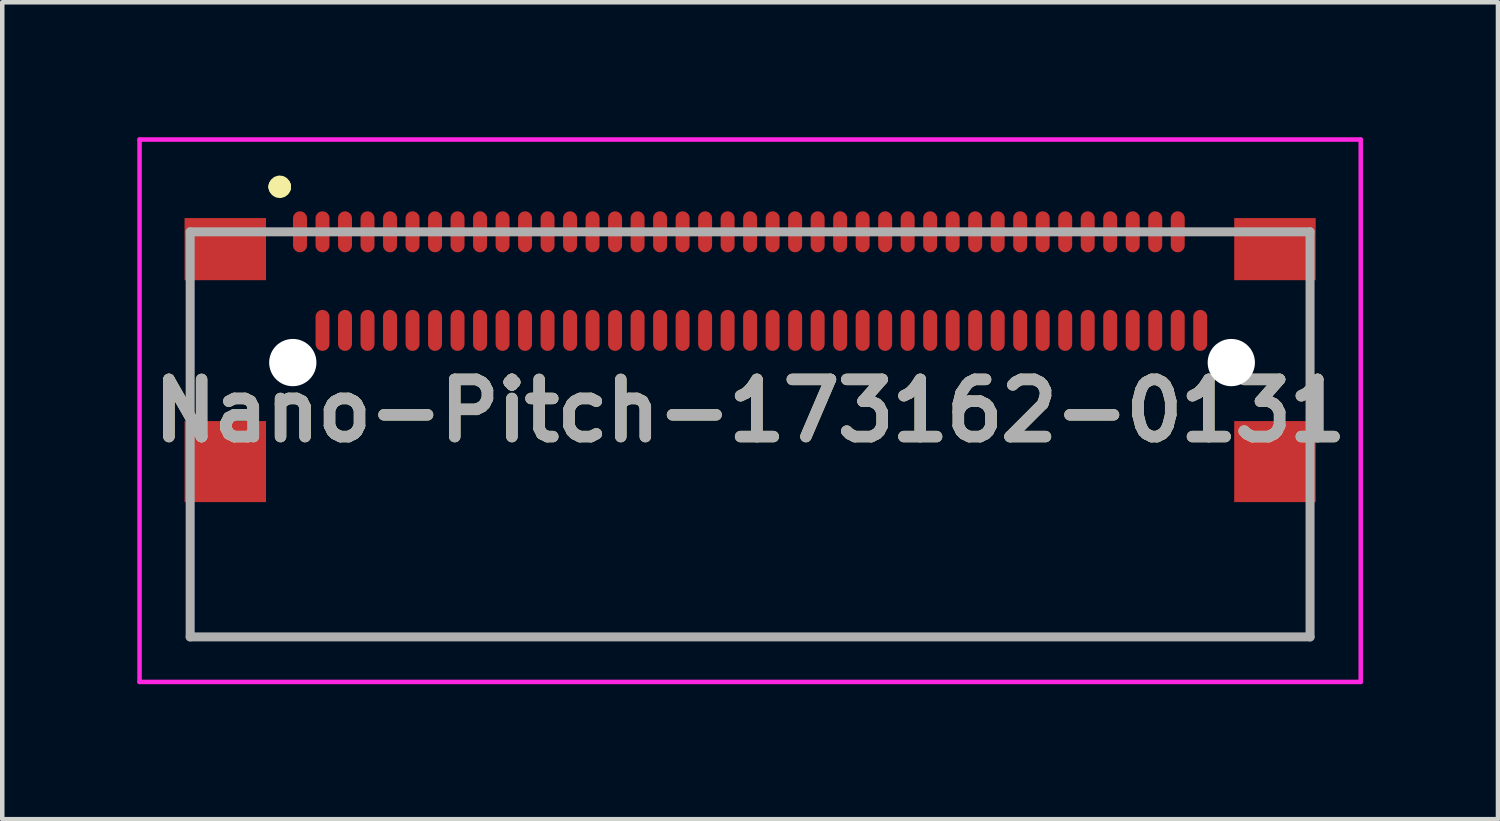
<source format=kicad_pcb>
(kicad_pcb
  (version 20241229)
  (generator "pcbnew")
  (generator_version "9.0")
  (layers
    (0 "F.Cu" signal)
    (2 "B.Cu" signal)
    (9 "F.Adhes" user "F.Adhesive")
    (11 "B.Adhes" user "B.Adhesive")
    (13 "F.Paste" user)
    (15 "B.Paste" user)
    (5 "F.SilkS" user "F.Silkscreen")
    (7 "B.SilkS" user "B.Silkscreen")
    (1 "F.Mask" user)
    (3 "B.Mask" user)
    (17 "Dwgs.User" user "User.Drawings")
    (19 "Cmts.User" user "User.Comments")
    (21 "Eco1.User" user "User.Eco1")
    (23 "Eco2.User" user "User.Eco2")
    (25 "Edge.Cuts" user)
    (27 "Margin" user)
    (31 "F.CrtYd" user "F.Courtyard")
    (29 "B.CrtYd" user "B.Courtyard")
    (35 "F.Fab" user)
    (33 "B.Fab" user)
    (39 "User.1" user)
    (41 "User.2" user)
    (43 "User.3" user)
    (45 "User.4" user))
  (footprint "Nano-Pitch-173162-0131"
    (layer "F.Cu")
    (at 13.615 3.195)
    (property "Reference" "Nano-Pitch-173162-0131" (at 0 2.88 0) (layer "F.SilkS") (effects (font (size 1.27 1.27) (thickness 0.254))))
    (attr through_hole)
    (fp_line (start -12.44 0.405) (end -12.44 2.905) (stroke (width 0.1) (type solid)) (layer "F.SilkS"))
    (fp_line (start -12.44 4.905) (end -12.44 7.905) (stroke (width 0.1) (type solid)) (layer "F.SilkS"))
    (fp_line (start -12.44 7.905) (end 12.44 7.905) (stroke (width 0.1) (type solid)) (layer "F.SilkS"))
    (fp_line (start -10.5 -2.095) (end -10.5 -2.095) (stroke (width 0.4) (type solid)) (layer "F.SilkS"))
    (fp_line (start -10.4 -2.095) (end -10.4 -2.095) (stroke (width 0.4) (type solid)) (layer "F.SilkS"))
    (fp_line (start 10 -1.095) (end 10.5 -1.095) (stroke (width 0.1) (type solid)) (layer "F.SilkS"))
    (fp_line (start 12.44 0.405) (end 12.44 2.905) (stroke (width 0.1) (type solid)) (layer "F.SilkS"))
    (fp_line (start 12.44 7.905) (end 12.44 4.905) (stroke (width 0.1) (type solid)) (layer "F.SilkS"))
    (fp_arc (start -10.5 -2.095) (mid -10.45 -2.145) (end -10.4 -2.095) (stroke (width 0.4) (type solid)) (layer "F.SilkS"))
    (fp_arc (start -10.4 -2.095) (mid -10.45 -2.045) (end -10.5 -2.095) (stroke (width 0.4) (type solid)) (layer "F.SilkS"))
    (fp_line (start -13.565 -3.145) (end 13.565 -3.145) (stroke (width 0.1) (type solid)) (layer "F.CrtYd"))
    (fp_line (start -13.565 8.905) (end -13.565 -3.145) (stroke (width 0.1) (type solid)) (layer "F.CrtYd"))
    (fp_line (start 13.565 -3.145) (end 13.565 8.905) (stroke (width 0.1) (type solid)) (layer "F.CrtYd"))
    (fp_line (start 13.565 8.905) (end -13.565 8.905) (stroke (width 0.1) (type solid)) (layer "F.CrtYd"))
    (fp_line (start -12.44 -1.095) (end 12.44 -1.095) (stroke (width 0.2) (type solid)) (layer "F.Fab"))
    (fp_line (start -12.44 7.905) (end -12.44 -1.095) (stroke (width 0.2) (type solid)) (layer "F.Fab"))
    (fp_line (start 12.44 -1.095) (end 12.44 7.905) (stroke (width 0.2) (type solid)) (layer "F.Fab"))
    (fp_line (start 12.44 7.905) (end -12.44 7.905) (stroke (width 0.2) (type solid)) (layer "F.Fab"))
    (fp_text user "${REFERENCE}" (at 0 2.88 0) (layer "F.Fab") (effects (font (size 1.27 1.27) (thickness 0.254))))
    (pad "" np_thru_hole circle (at -10.16 1.81) (size 1.05 1.05) (drill 1.05) (layers "*.Cu" "*.Mask"))
    (pad "" np_thru_hole circle (at 10.69 1.81) (size 1.05 1.05) (drill 1.05) (layers "*.Cu" "*.Mask"))
    (pad "A1" smd oval (at -9.5 1.095) (size 0.31 0.91) (layers "F.Cu" "F.Mask" "F.Paste"))
    (pad "A2" smd oval (at -9 1.095) (size 0.31 0.91) (layers "F.Cu" "F.Mask" "F.Paste"))
    (pad "A3" smd oval (at -8.5 1.095) (size 0.31 0.91) (layers "F.Cu" "F.Mask" "F.Paste"))
    (pad "A4" smd oval (at -8 1.095) (size 0.31 0.91) (layers "F.Cu" "F.Mask" "F.Paste"))
    (pad "A5" smd oval (at -7.5 1.095) (size 0.31 0.91) (layers "F.Cu" "F.Mask" "F.Paste"))
    (pad "A6" smd oval (at -7 1.095) (size 0.31 0.91) (layers "F.Cu" "F.Mask" "F.Paste"))
    (pad "A7" smd oval (at -6.5 1.095) (size 0.31 0.91) (layers "F.Cu" "F.Mask" "F.Paste"))
    (pad "A8" smd oval (at -6 1.095) (size 0.31 0.91) (layers "F.Cu" "F.Mask" "F.Paste"))
    (pad "A9" smd oval (at -5.5 1.095) (size 0.31 0.91) (layers "F.Cu" "F.Mask" "F.Paste"))
    (pad "A10" smd oval (at -5 1.095) (size 0.31 0.91) (layers "F.Cu" "F.Mask" "F.Paste"))
    (pad "A11" smd oval (at -4.5 1.095) (size 0.31 0.91) (layers "F.Cu" "F.Mask" "F.Paste"))
    (pad "A12" smd oval (at -4 1.095) (size 0.31 0.91) (layers "F.Cu" "F.Mask" "F.Paste"))
    (pad "A13" smd oval (at -3.5 1.095) (size 0.31 0.91) (layers "F.Cu" "F.Mask" "F.Paste"))
    (pad "A14" smd oval (at -3 1.095) (size 0.31 0.91) (layers "F.Cu" "F.Mask" "F.Paste"))
    (pad "A15" smd oval (at -2.5 1.095) (size 0.31 0.91) (layers "F.Cu" "F.Mask" "F.Paste"))
    (pad "A16" smd oval (at -2 1.095) (size 0.31 0.91) (layers "F.Cu" "F.Mask" "F.Paste"))
    (pad "A17" smd oval (at -1.5 1.095) (size 0.31 0.91) (layers "F.Cu" "F.Mask" "F.Paste"))
    (pad "A18" smd oval (at -1 1.095) (size 0.31 0.91) (layers "F.Cu" "F.Mask" "F.Paste"))
    (pad "A19" smd oval (at -0.5 1.095) (size 0.31 0.91) (layers "F.Cu" "F.Mask" "F.Paste"))
    (pad "A20" smd oval (at 0 1.095) (size 0.31 0.91) (layers "F.Cu" "F.Mask" "F.Paste"))
    (pad "A21" smd oval (at 0.5 1.095) (size 0.31 0.91) (layers "F.Cu" "F.Mask" "F.Paste"))
    (pad "A22" smd oval (at 1 1.095) (size 0.31 0.91) (layers "F.Cu" "F.Mask" "F.Paste"))
    (pad "A23" smd oval (at 1.5 1.095) (size 0.31 0.91) (layers "F.Cu" "F.Mask" "F.Paste"))
    (pad "A24" smd oval (at 2 1.095) (size 0.31 0.91) (layers "F.Cu" "F.Mask" "F.Paste"))
    (pad "A25" smd oval (at 2.5 1.095) (size 0.31 0.91) (layers "F.Cu" "F.Mask" "F.Paste"))
    (pad "A26" smd oval (at 3 1.095) (size 0.31 0.91) (layers "F.Cu" "F.Mask" "F.Paste"))
    (pad "A27" smd oval (at 3.5 1.095) (size 0.31 0.91) (layers "F.Cu" "F.Mask" "F.Paste"))
    (pad "A28" smd oval (at 4 1.095) (size 0.31 0.91) (layers "F.Cu" "F.Mask" "F.Paste"))
    (pad "A29" smd oval (at 4.5 1.095) (size 0.31 0.91) (layers "F.Cu" "F.Mask" "F.Paste"))
    (pad "A30" smd oval (at 5 1.095) (size 0.31 0.91) (layers "F.Cu" "F.Mask" "F.Paste"))
    (pad "A31" smd oval (at 5.5 1.095) (size 0.31 0.91) (layers "F.Cu" "F.Mask" "F.Paste"))
    (pad "A32" smd oval (at 6 1.095) (size 0.31 0.91) (layers "F.Cu" "F.Mask" "F.Paste"))
    (pad "A33" smd oval (at 6.5 1.095) (size 0.31 0.91) (layers "F.Cu" "F.Mask" "F.Paste"))
    (pad "A34" smd oval (at 7 1.095) (size 0.31 0.91) (layers "F.Cu" "F.Mask" "F.Paste"))
    (pad "A35" smd oval (at 7.5 1.095) (size 0.31 0.91) (layers "F.Cu" "F.Mask" "F.Paste"))
    (pad "A36" smd oval (at 8 1.095) (size 0.31 0.91) (layers "F.Cu" "F.Mask" "F.Paste"))
    (pad "A37" smd oval (at 8.5 1.095) (size 0.31 0.91) (layers "F.Cu" "F.Mask" "F.Paste"))
    (pad "A38" smd oval (at 9 1.095) (size 0.31 0.91) (layers "F.Cu" "F.Mask" "F.Paste"))
    (pad "A39" smd oval (at 9.5 1.095) (size 0.31 0.91) (layers "F.Cu" "F.Mask" "F.Paste"))
    (pad "A40" smd oval (at 10 1.095) (size 0.31 0.91) (layers "F.Cu" "F.Mask" "F.Paste"))
    (pad "B1" smd oval (at -10 -1.095) (size 0.31 0.91) (layers "F.Cu" "F.Mask" "F.Paste"))
    (pad "B2" smd oval (at -9.5 -1.095) (size 0.31 0.91) (layers "F.Cu" "F.Mask" "F.Paste"))
    (pad "B3" smd oval (at -9 -1.095) (size 0.31 0.91) (layers "F.Cu" "F.Mask" "F.Paste"))
    (pad "B4" smd oval (at -8.5 -1.095) (size 0.31 0.91) (layers "F.Cu" "F.Mask" "F.Paste"))
    (pad "B5" smd oval (at -8 -1.095) (size 0.31 0.91) (layers "F.Cu" "F.Mask" "F.Paste"))
    (pad "B6" smd oval (at -7.5 -1.095) (size 0.31 0.91) (layers "F.Cu" "F.Mask" "F.Paste"))
    (pad "B7" smd oval (at -7 -1.095) (size 0.31 0.91) (layers "F.Cu" "F.Mask" "F.Paste"))
    (pad "B8" smd oval (at -6.5 -1.095) (size 0.31 0.91) (layers "F.Cu" "F.Mask" "F.Paste"))
    (pad "B9" smd oval (at -6 -1.095) (size 0.31 0.91) (layers "F.Cu" "F.Mask" "F.Paste"))
    (pad "B10" smd oval (at -5.5 -1.095) (size 0.31 0.91) (layers "F.Cu" "F.Mask" "F.Paste"))
    (pad "B11" smd oval (at -5 -1.095) (size 0.31 0.91) (layers "F.Cu" "F.Mask" "F.Paste"))
    (pad "B12" smd oval (at -4.5 -1.095) (size 0.31 0.91) (layers "F.Cu" "F.Mask" "F.Paste"))
    (pad "B13" smd oval (at -4 -1.095) (size 0.31 0.91) (layers "F.Cu" "F.Mask" "F.Paste"))
    (pad "B14" smd oval (at -3.5 -1.095) (size 0.31 0.91) (layers "F.Cu" "F.Mask" "F.Paste"))
    (pad "B15" smd oval (at -3 -1.095) (size 0.31 0.91) (layers "F.Cu" "F.Mask" "F.Paste"))
    (pad "B16" smd oval (at -2.5 -1.095) (size 0.31 0.91) (layers "F.Cu" "F.Mask" "F.Paste"))
    (pad "B17" smd oval (at -2 -1.095) (size 0.31 0.91) (layers "F.Cu" "F.Mask" "F.Paste"))
    (pad "B18" smd oval (at -1.5 -1.095) (size 0.31 0.91) (layers "F.Cu" "F.Mask" "F.Paste"))
    (pad "B19" smd oval (at -1 -1.095) (size 0.31 0.91) (layers "F.Cu" "F.Mask" "F.Paste"))
    (pad "B20" smd oval (at -0.5 -1.095) (size 0.31 0.91) (layers "F.Cu" "F.Mask" "F.Paste"))
    (pad "B21" smd oval (at 0 -1.095) (size 0.31 0.91) (layers "F.Cu" "F.Mask" "F.Paste"))
    (pad "B22" smd oval (at 0.5 -1.095) (size 0.31 0.91) (layers "F.Cu" "F.Mask" "F.Paste"))
    (pad "B23" smd oval (at 1 -1.095) (size 0.31 0.91) (layers "F.Cu" "F.Mask" "F.Paste"))
    (pad "B24" smd oval (at 1.5 -1.095) (size 0.31 0.91) (layers "F.Cu" "F.Mask" "F.Paste"))
    (pad "B25" smd oval (at 2 -1.095) (size 0.31 0.91) (layers "F.Cu" "F.Mask" "F.Paste"))
    (pad "B26" smd oval (at 2.5 -1.095) (size 0.31 0.91) (layers "F.Cu" "F.Mask" "F.Paste"))
    (pad "B27" smd oval (at 3 -1.095) (size 0.31 0.91) (layers "F.Cu" "F.Mask" "F.Paste"))
    (pad "B28" smd oval (at 3.5 -1.095) (size 0.31 0.91) (layers "F.Cu" "F.Mask" "F.Paste"))
    (pad "B29" smd oval (at 4 -1.095) (size 0.31 0.91) (layers "F.Cu" "F.Mask" "F.Paste"))
    (pad "B30" smd oval (at 4.5 -1.095) (size 0.31 0.91) (layers "F.Cu" "F.Mask" "F.Paste"))
    (pad "B31" smd oval (at 5 -1.095) (size 0.31 0.91) (layers "F.Cu" "F.Mask" "F.Paste"))
    (pad "B32" smd oval (at 5.5 -1.095) (size 0.31 0.91) (layers "F.Cu" "F.Mask" "F.Paste"))
    (pad "B33" smd oval (at 6 -1.095) (size 0.31 0.91) (layers "F.Cu" "F.Mask" "F.Paste"))
    (pad "B34" smd oval (at 6.5 -1.095) (size 0.31 0.91) (layers "F.Cu" "F.Mask" "F.Paste"))
    (pad "B35" smd oval (at 7 -1.095) (size 0.31 0.91) (layers "F.Cu" "F.Mask" "F.Paste"))
    (pad "B36" smd oval (at 7.5 -1.095) (size 0.31 0.91) (layers "F.Cu" "F.Mask" "F.Paste"))
    (pad "B37" smd oval (at 8 -1.095) (size 0.31 0.91) (layers "F.Cu" "F.Mask" "F.Paste"))
    (pad "B38" smd oval (at 8.5 -1.095) (size 0.31 0.91) (layers "F.Cu" "F.Mask" "F.Paste"))
    (pad "B39" smd oval (at 9 -1.095) (size 0.31 0.91) (layers "F.Cu" "F.Mask" "F.Paste"))
    (pad "B40" smd oval (at 9.5 -1.095) (size 0.31 0.91) (layers "F.Cu" "F.Mask" "F.Paste"))
    (pad "MP1" smd rect (at -11.66 -0.71 90) (size 1.38 1.81) (layers "F.Cu" "F.Mask" "F.Paste"))
    (pad "MP2" smd rect (at -11.66 4.01 90) (size 1.8 1.81) (layers "F.Cu" "F.Mask" "F.Paste"))
    (pad "MP3" smd rect (at 11.66 -0.71 90) (size 1.38 1.81) (layers "F.Cu" "F.Mask" "F.Paste"))
    (pad "MP4" smd rect (at 11.66 4.01 90) (size 1.8 1.81) (layers "F.Cu" "F.Mask" "F.Paste")))
  (gr_rect
    (start -3 -3)
    (end 30.23 15.15)
    (stroke (width 0.1) (type default))
    (fill no)
    (layer "Edge.Cuts")))
</source>
